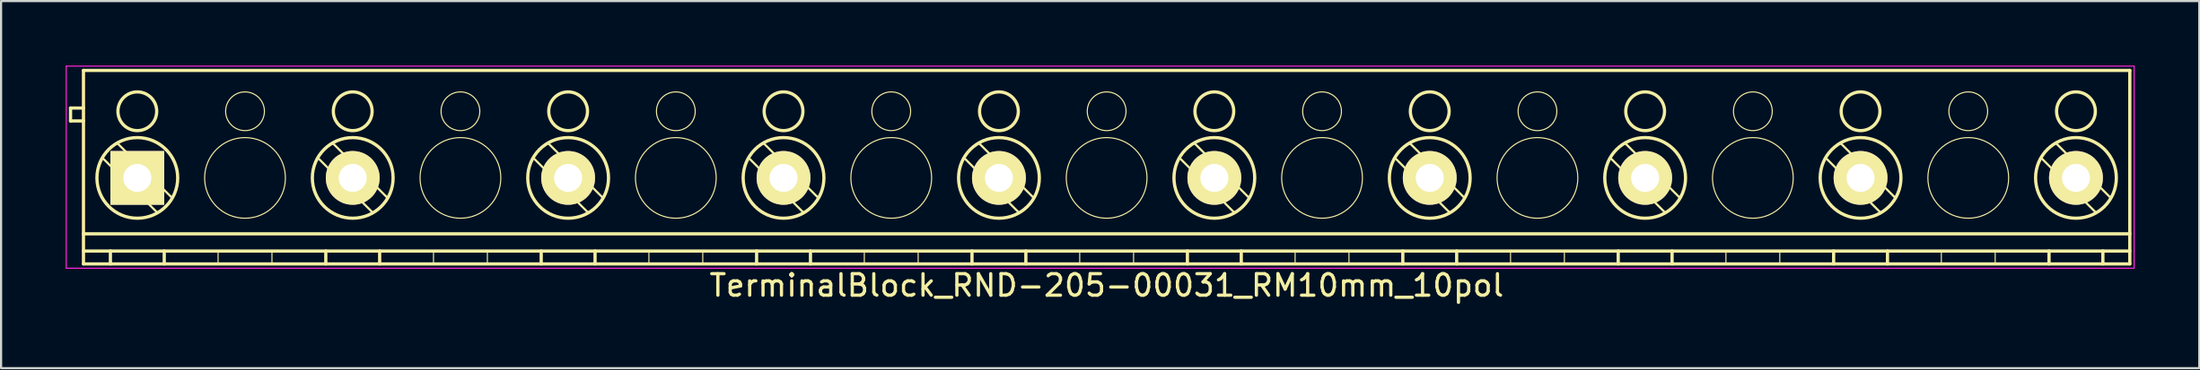
<source format=kicad_pcb>
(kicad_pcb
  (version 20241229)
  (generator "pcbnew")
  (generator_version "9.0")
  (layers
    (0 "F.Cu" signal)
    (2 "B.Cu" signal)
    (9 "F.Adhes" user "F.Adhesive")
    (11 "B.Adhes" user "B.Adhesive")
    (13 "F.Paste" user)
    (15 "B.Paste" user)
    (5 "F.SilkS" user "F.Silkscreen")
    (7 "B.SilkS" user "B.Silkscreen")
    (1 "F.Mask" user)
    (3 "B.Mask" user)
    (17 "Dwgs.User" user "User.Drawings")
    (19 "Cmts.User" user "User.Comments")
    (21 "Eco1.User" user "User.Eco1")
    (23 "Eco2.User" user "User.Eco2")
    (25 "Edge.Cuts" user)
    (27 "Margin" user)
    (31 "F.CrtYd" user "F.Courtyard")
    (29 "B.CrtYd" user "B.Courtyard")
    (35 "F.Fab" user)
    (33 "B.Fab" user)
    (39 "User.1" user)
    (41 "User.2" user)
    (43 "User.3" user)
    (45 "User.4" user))
  (footprint "TerminalBlock_RND-205-00031_RM10mm_10pol"
    (layer "F.Cu")
    (at 3.325 5.225)
    (property "Reference" "TerminalBlock_RND-205-00031_RM10mm_10pol" (at 45 5 0) (layer "F.SilkS") (effects (font (size 1 1) (thickness 0.15))))
    (attr through_hole)
    (fp_line (start -3.1 -3.25) (end -3.1 -2.65) (stroke (width 0.15) (type solid)) (layer "F.SilkS"))
    (fp_line (start -3.1 -2.65) (end -2.5 -2.65) (stroke (width 0.15) (type solid)) (layer "F.SilkS"))
    (fp_line (start -2.5 -5) (end 92.5 -5) (stroke (width 0.15) (type solid)) (layer "F.SilkS"))
    (fp_line (start -2.5 -3.25) (end -3.1 -3.25) (stroke (width 0.15) (type solid)) (layer "F.SilkS"))
    (fp_line (start -2.5 2.6) (end 92.5 2.6) (stroke (width 0.15) (type solid)) (layer "F.SilkS"))
    (fp_line (start -2.5 3.4) (end 92.5 3.4) (stroke (width 0.15) (type solid)) (layer "F.SilkS"))
    (fp_line (start -2.5 4) (end -2.5 -5) (stroke (width 0.15) (type solid)) (layer "F.SilkS"))
    (fp_line (start -1.25 3.4) (end -1.25 4) (stroke (width 0.15) (type solid)) (layer "F.SilkS"))
    (fp_line (start 0.937 1.624) (end -1.624 -0.938) (stroke (width 0.1) (type solid)) (layer "F.SilkS"))
    (fp_line (start 1.25 3.4) (end 1.25 4) (stroke (width 0.15) (type solid)) (layer "F.SilkS"))
    (fp_line (start 1.624 0.938) (end -0.937 -1.624) (stroke (width 0.1) (type solid)) (layer "F.SilkS"))
    (fp_line (start 3.75 3.4) (end 3.75 4) (stroke (width 0.05) (type solid)) (layer "F.SilkS"))
    (fp_line (start 6.25 3.4) (end 6.25 4) (stroke (width 0.05) (type solid)) (layer "F.SilkS"))
    (fp_line (start 8.75 3.4) (end 8.75 4) (stroke (width 0.15) (type solid)) (layer "F.SilkS"))
    (fp_line (start 10.938 1.624) (end 8.376 -0.938) (stroke (width 0.1) (type solid)) (layer "F.SilkS"))
    (fp_line (start 11.25 3.4) (end 11.25 4) (stroke (width 0.15) (type solid)) (layer "F.SilkS"))
    (fp_line (start 11.624 0.938) (end 9.063 -1.624) (stroke (width 0.1) (type solid)) (layer "F.SilkS"))
    (fp_line (start 13.75 3.4) (end 13.75 4) (stroke (width 0.05) (type solid)) (layer "F.SilkS"))
    (fp_line (start 16.25 3.4) (end 16.25 4) (stroke (width 0.05) (type solid)) (layer "F.SilkS"))
    (fp_line (start 18.75 3.4) (end 18.75 4) (stroke (width 0.15) (type solid)) (layer "F.SilkS"))
    (fp_line (start 20.938 1.624) (end 18.376 -0.938) (stroke (width 0.1) (type solid)) (layer "F.SilkS"))
    (fp_line (start 21.25 3.4) (end 21.25 4) (stroke (width 0.15) (type solid)) (layer "F.SilkS"))
    (fp_line (start 21.624 0.938) (end 19.063 -1.624) (stroke (width 0.1) (type solid)) (layer "F.SilkS"))
    (fp_line (start 23.75 3.4) (end 23.75 4) (stroke (width 0.05) (type solid)) (layer "F.SilkS"))
    (fp_line (start 26.25 3.4) (end 26.25 4) (stroke (width 0.05) (type solid)) (layer "F.SilkS"))
    (fp_line (start 28.75 3.4) (end 28.75 4) (stroke (width 0.15) (type solid)) (layer "F.SilkS"))
    (fp_line (start 30.938 1.624) (end 28.376 -0.938) (stroke (width 0.1) (type solid)) (layer "F.SilkS"))
    (fp_line (start 31.25 3.4) (end 31.25 4) (stroke (width 0.15) (type solid)) (layer "F.SilkS"))
    (fp_line (start 31.624 0.938) (end 29.063 -1.624) (stroke (width 0.1) (type solid)) (layer "F.SilkS"))
    (fp_line (start 33.75 3.4) (end 33.75 4) (stroke (width 0.05) (type solid)) (layer "F.SilkS"))
    (fp_line (start 36.25 3.4) (end 36.25 4) (stroke (width 0.05) (type solid)) (layer "F.SilkS"))
    (fp_line (start 38.75 3.4) (end 38.75 4) (stroke (width 0.15) (type solid)) (layer "F.SilkS"))
    (fp_line (start 40.938 1.624) (end 38.376 -0.938) (stroke (width 0.1) (type solid)) (layer "F.SilkS"))
    (fp_line (start 41.25 3.4) (end 41.25 4) (stroke (width 0.15) (type solid)) (layer "F.SilkS"))
    (fp_line (start 41.624 0.938) (end 39.063 -1.624) (stroke (width 0.1) (type solid)) (layer "F.SilkS"))
    (fp_line (start 43.75 3.4) (end 43.75 4) (stroke (width 0.05) (type solid)) (layer "F.SilkS"))
    (fp_line (start 46.25 3.4) (end 46.25 4) (stroke (width 0.05) (type solid)) (layer "F.SilkS"))
    (fp_line (start 48.75 3.4) (end 48.75 4) (stroke (width 0.15) (type solid)) (layer "F.SilkS"))
    (fp_line (start 50.938 1.624) (end 48.376 -0.938) (stroke (width 0.1) (type solid)) (layer "F.SilkS"))
    (fp_line (start 51.25 3.4) (end 51.25 4) (stroke (width 0.15) (type solid)) (layer "F.SilkS"))
    (fp_line (start 51.624 0.938) (end 49.063 -1.624) (stroke (width 0.1) (type solid)) (layer "F.SilkS"))
    (fp_line (start 53.75 3.4) (end 53.75 4) (stroke (width 0.05) (type solid)) (layer "F.SilkS"))
    (fp_line (start 56.25 3.4) (end 56.25 4) (stroke (width 0.05) (type solid)) (layer "F.SilkS"))
    (fp_line (start 58.75 3.4) (end 58.75 4) (stroke (width 0.15) (type solid)) (layer "F.SilkS"))
    (fp_line (start 60.938 1.624) (end 58.376 -0.938) (stroke (width 0.1) (type solid)) (layer "F.SilkS"))
    (fp_line (start 61.25 3.4) (end 61.25 4) (stroke (width 0.15) (type solid)) (layer "F.SilkS"))
    (fp_line (start 61.624 0.938) (end 59.063 -1.624) (stroke (width 0.1) (type solid)) (layer "F.SilkS"))
    (fp_line (start 63.75 3.4) (end 63.75 4) (stroke (width 0.05) (type solid)) (layer "F.SilkS"))
    (fp_line (start 66.25 3.4) (end 66.25 4) (stroke (width 0.05) (type solid)) (layer "F.SilkS"))
    (fp_line (start 68.75 3.4) (end 68.75 4) (stroke (width 0.15) (type solid)) (layer "F.SilkS"))
    (fp_line (start 70.938 1.624) (end 68.376 -0.938) (stroke (width 0.1) (type solid)) (layer "F.SilkS"))
    (fp_line (start 71.25 3.4) (end 71.25 4) (stroke (width 0.15) (type solid)) (layer "F.SilkS"))
    (fp_line (start 71.624 0.938) (end 69.063 -1.624) (stroke (width 0.1) (type solid)) (layer "F.SilkS"))
    (fp_line (start 73.75 3.4) (end 73.75 4) (stroke (width 0.05) (type solid)) (layer "F.SilkS"))
    (fp_line (start 76.25 3.4) (end 76.25 4) (stroke (width 0.05) (type solid)) (layer "F.SilkS"))
    (fp_line (start 78.75 3.4) (end 78.75 4) (stroke (width 0.15) (type solid)) (layer "F.SilkS"))
    (fp_line (start 80.938 1.624) (end 78.376 -0.938) (stroke (width 0.1) (type solid)) (layer "F.SilkS"))
    (fp_line (start 81.25 3.4) (end 81.25 4) (stroke (width 0.15) (type solid)) (layer "F.SilkS"))
    (fp_line (start 81.624 0.938) (end 79.063 -1.624) (stroke (width 0.1) (type solid)) (layer "F.SilkS"))
    (fp_line (start 83.75 3.4) (end 83.75 4) (stroke (width 0.05) (type solid)) (layer "F.SilkS"))
    (fp_line (start 86.25 3.4) (end 86.25 4) (stroke (width 0.05) (type solid)) (layer "F.SilkS"))
    (fp_line (start 88.75 3.4) (end 88.75 4) (stroke (width 0.15) (type solid)) (layer "F.SilkS"))
    (fp_line (start 90.938 1.624) (end 88.376 -0.938) (stroke (width 0.1) (type solid)) (layer "F.SilkS"))
    (fp_line (start 91.25 3.4) (end 91.25 4) (stroke (width 0.15) (type solid)) (layer "F.SilkS"))
    (fp_line (start 91.624 0.938) (end 89.063 -1.624) (stroke (width 0.1) (type solid)) (layer "F.SilkS"))
    (fp_line (start 92.5 -5) (end 92.5 4) (stroke (width 0.15) (type solid)) (layer "F.SilkS"))
    (fp_line (start 92.5 4) (end -2.5 4) (stroke (width 0.15) (type solid)) (layer "F.SilkS"))
    (fp_circle (center 0 -3.1) (end -0.9 -3.1) (stroke (width 0.15) (type solid)) (fill no) (layer "F.SilkS"))
    (fp_circle (center 0 0) (end -1.875 0) (stroke (width 0.15) (type solid)) (fill no) (layer "F.SilkS"))
    (fp_circle (center 5 -3.1) (end 4.1 -3.1) (stroke (width 0.05) (type solid)) (fill no) (layer "F.SilkS"))
    (fp_circle (center 5 0) (end 3.125 0) (stroke (width 0.05) (type solid)) (fill no) (layer "F.SilkS"))
    (fp_circle (center 10 -3.1) (end 9.1 -3.1) (stroke (width 0.15) (type solid)) (fill no) (layer "F.SilkS"))
    (fp_circle (center 10 0) (end 8.125 0) (stroke (width 0.15) (type solid)) (fill no) (layer "F.SilkS"))
    (fp_circle (center 15 -3.1) (end 14.1 -3.1) (stroke (width 0.05) (type solid)) (fill no) (layer "F.SilkS"))
    (fp_circle (center 15 0) (end 13.125 0) (stroke (width 0.05) (type solid)) (fill no) (layer "F.SilkS"))
    (fp_circle (center 20 -3.1) (end 19.1 -3.1) (stroke (width 0.15) (type solid)) (fill no) (layer "F.SilkS"))
    (fp_circle (center 20 0) (end 18.125 0) (stroke (width 0.15) (type solid)) (fill no) (layer "F.SilkS"))
    (fp_circle (center 25 -3.1) (end 24.1 -3.1) (stroke (width 0.05) (type solid)) (fill no) (layer "F.SilkS"))
    (fp_circle (center 25 0) (end 23.125 0) (stroke (width 0.05) (type solid)) (fill no) (layer "F.SilkS"))
    (fp_circle (center 30 -3.1) (end 29.1 -3.1) (stroke (width 0.15) (type solid)) (fill no) (layer "F.SilkS"))
    (fp_circle (center 30 0) (end 28.125 0) (stroke (width 0.15) (type solid)) (fill no) (layer "F.SilkS"))
    (fp_circle (center 35 -3.1) (end 34.1 -3.1) (stroke (width 0.05) (type solid)) (fill no) (layer "F.SilkS"))
    (fp_circle (center 35 0) (end 33.125 0) (stroke (width 0.05) (type solid)) (fill no) (layer "F.SilkS"))
    (fp_circle (center 40 -3.1) (end 39.1 -3.1) (stroke (width 0.15) (type solid)) (fill no) (layer "F.SilkS"))
    (fp_circle (center 40 0) (end 38.125 0) (stroke (width 0.15) (type solid)) (fill no) (layer "F.SilkS"))
    (fp_circle (center 45 -3.1) (end 44.1 -3.1) (stroke (width 0.05) (type solid)) (fill no) (layer "F.SilkS"))
    (fp_circle (center 45 0) (end 43.125 0) (stroke (width 0.05) (type solid)) (fill no) (layer "F.SilkS"))
    (fp_circle (center 50 -3.1) (end 49.1 -3.1) (stroke (width 0.15) (type solid)) (fill no) (layer "F.SilkS"))
    (fp_circle (center 50 0) (end 48.125 0) (stroke (width 0.15) (type solid)) (fill no) (layer "F.SilkS"))
    (fp_circle (center 55 -3.1) (end 54.1 -3.1) (stroke (width 0.05) (type solid)) (fill no) (layer "F.SilkS"))
    (fp_circle (center 55 0) (end 53.125 0) (stroke (width 0.05) (type solid)) (fill no) (layer "F.SilkS"))
    (fp_circle (center 60 -3.1) (end 59.1 -3.1) (stroke (width 0.15) (type solid)) (fill no) (layer "F.SilkS"))
    (fp_circle (center 60 0) (end 58.125 0) (stroke (width 0.15) (type solid)) (fill no) (layer "F.SilkS"))
    (fp_circle (center 65 -3.1) (end 64.1 -3.1) (stroke (width 0.05) (type solid)) (fill no) (layer "F.SilkS"))
    (fp_circle (center 65 0) (end 63.125 0) (stroke (width 0.05) (type solid)) (fill no) (layer "F.SilkS"))
    (fp_circle (center 70 -3.1) (end 69.1 -3.1) (stroke (width 0.15) (type solid)) (fill no) (layer "F.SilkS"))
    (fp_circle (center 70 0) (end 68.125 0) (stroke (width 0.15) (type solid)) (fill no) (layer "F.SilkS"))
    (fp_circle (center 75 -3.1) (end 74.1 -3.1) (stroke (width 0.05) (type solid)) (fill no) (layer "F.SilkS"))
    (fp_circle (center 75 0) (end 73.125 0) (stroke (width 0.05) (type solid)) (fill no) (layer "F.SilkS"))
    (fp_circle (center 80 -3.1) (end 79.1 -3.1) (stroke (width 0.15) (type solid)) (fill no) (layer "F.SilkS"))
    (fp_circle (center 80 0) (end 78.125 0) (stroke (width 0.15) (type solid)) (fill no) (layer "F.SilkS"))
    (fp_circle (center 85 -3.1) (end 84.1 -3.1) (stroke (width 0.05) (type solid)) (fill no) (layer "F.SilkS"))
    (fp_circle (center 85 0) (end 83.125 0) (stroke (width 0.05) (type solid)) (fill no) (layer "F.SilkS"))
    (fp_circle (center 90 -3.1) (end 89.1 -3.1) (stroke (width 0.15) (type solid)) (fill no) (layer "F.SilkS"))
    (fp_circle (center 90 0) (end 88.125 0) (stroke (width 0.15) (type solid)) (fill no) (layer "F.SilkS"))
    (fp_line (start -3.3 -5.2) (end 92.7 -5.2) (stroke (width 0.05) (type solid)) (layer "F.CrtYd"))
    (fp_line (start -3.3 4.2) (end -3.3 -5.2) (stroke (width 0.05) (type solid)) (layer "F.CrtYd"))
    (fp_line (start 92.7 -5.2) (end 92.7 4.2) (stroke (width 0.05) (type solid)) (layer "F.CrtYd"))
    (fp_line (start 92.7 4.2) (end -3.3 4.2) (stroke (width 0.05) (type solid)) (layer "F.CrtYd"))
    (pad "1" thru_hole rect (at 0 0) (size 2.5 2.5) (drill 1.3) (layers "*.Cu" "*.Mask" "F.SilkS"))
    (pad "2" thru_hole circle (at 10 0) (size 2.5 2.5) (drill 1.3) (layers "*.Cu" "*.Mask" "F.SilkS"))
    (pad "3" thru_hole circle (at 20 0) (size 2.5 2.5) (drill 1.3) (layers "*.Cu" "*.Mask" "F.SilkS"))
    (pad "4" thru_hole circle (at 30 0) (size 2.5 2.5) (drill 1.3) (layers "*.Cu" "*.Mask" "F.SilkS"))
    (pad "5" thru_hole circle (at 40 0) (size 2.5 2.5) (drill 1.3) (layers "*.Cu" "*.Mask" "F.SilkS"))
    (pad "6" thru_hole circle (at 50 0) (size 2.5 2.5) (drill 1.3) (layers "*.Cu" "*.Mask" "F.SilkS"))
    (pad "7" thru_hole circle (at 60 0) (size 2.5 2.5) (drill 1.3) (layers "*.Cu" "*.Mask" "F.SilkS"))
    (pad "8" thru_hole circle (at 70 0) (size 2.5 2.5) (drill 1.3) (layers "*.Cu" "*.Mask" "F.SilkS"))
    (pad "9" thru_hole circle (at 80 0) (size 2.5 2.5) (drill 1.3) (layers "*.Cu" "*.Mask" "F.SilkS"))
    (pad "10" thru_hole circle (at 90 0) (size 2.5 2.5) (drill 1.3) (layers "*.Cu" "*.Mask" "F.SilkS")))
  (gr_rect
    (start -3 -3)
    (end 99.05 14.073)
    (stroke (width 0.1) (type default))
    (fill no)
    (layer "Edge.Cuts")))
</source>
